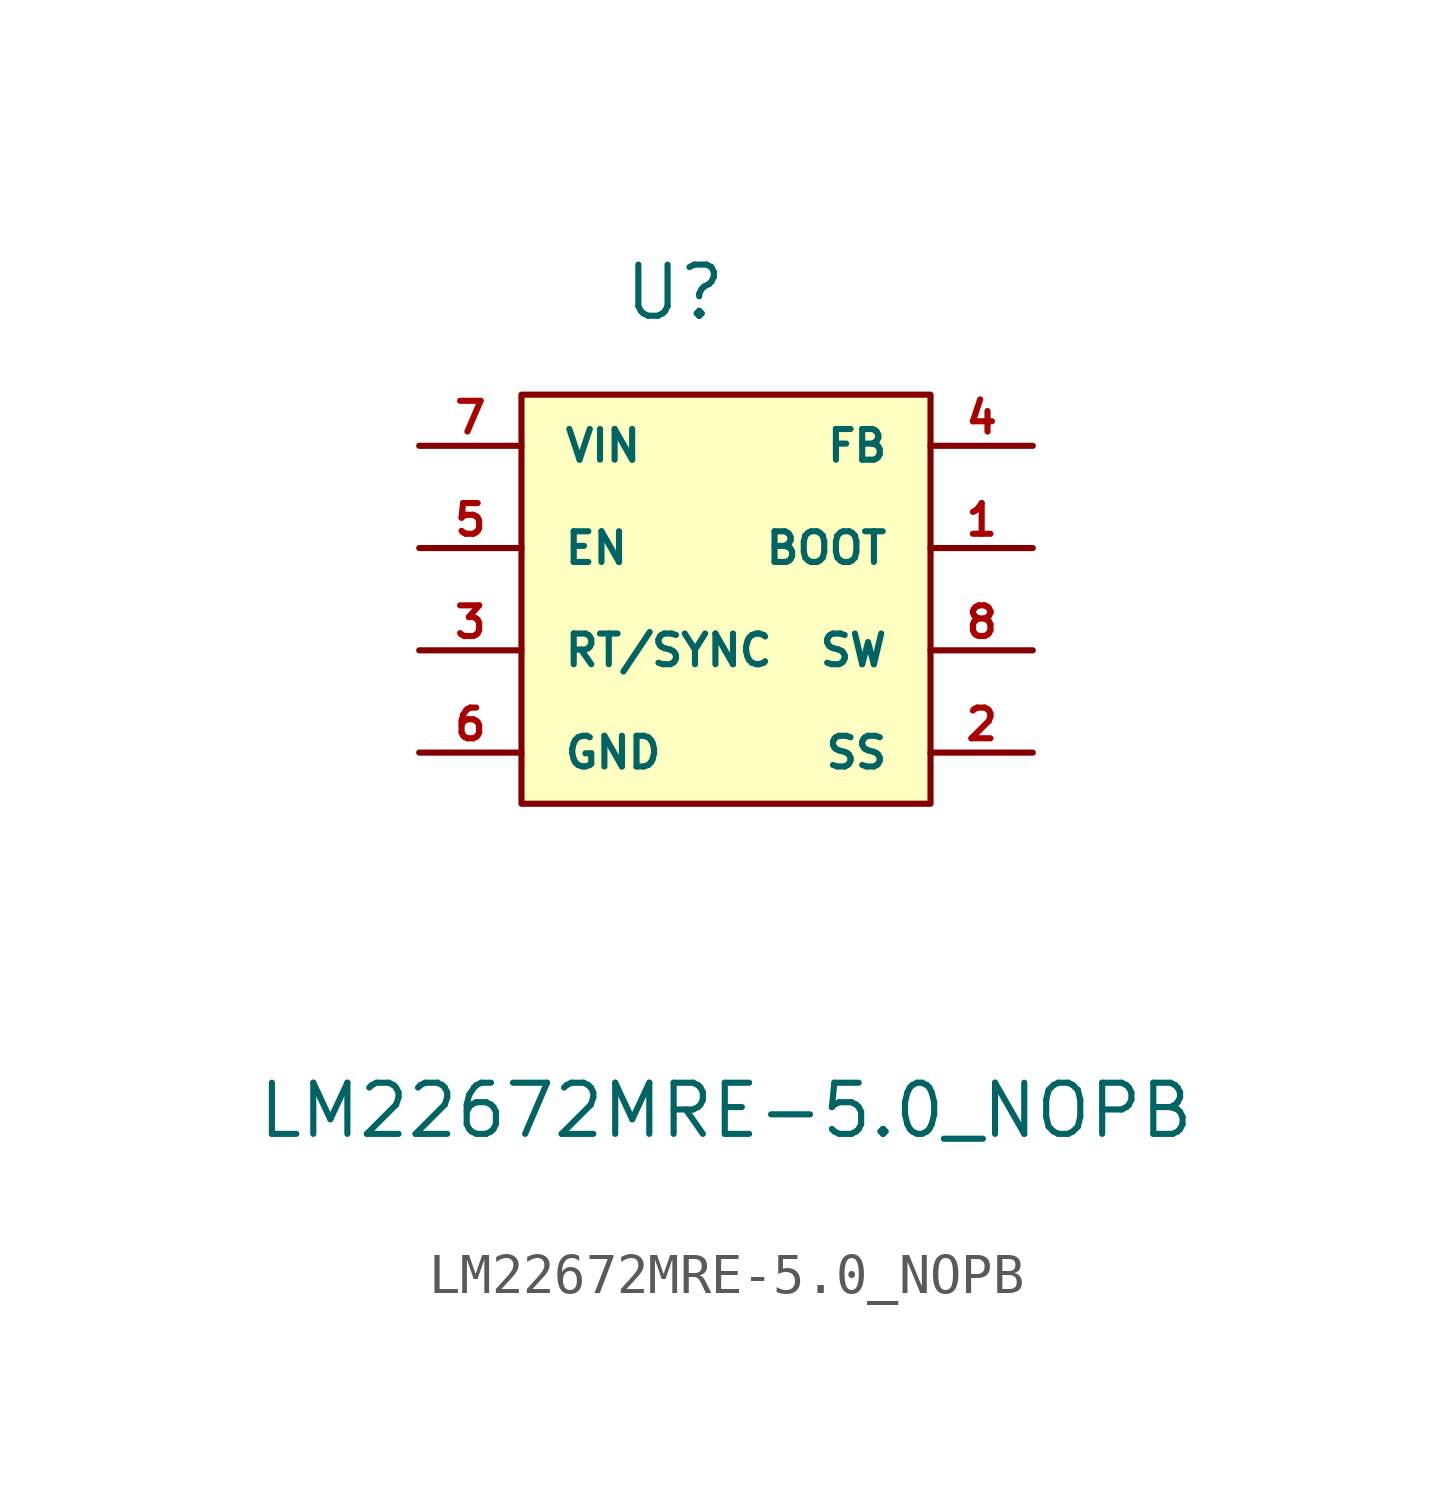
<source format=kicad_sym>
(kicad_symbol_lib
  (version 20211014)
  (generator kicad_symbol_editor)
  (symbol "LM22672MRE-5.0_NOPB"
    (pin_names
      (offset 1.016))
    (property "Reference" "U"
      (at -1.27 8.89 0)
      (effects (font (size 1.27 1.27))))
    (property "Value" "LM22672MRE-5.0_NOPB"
      (at 0 -11.43 0)
      (effects (font (size 1.27 1.27))))
    (symbol "LM22672MRE-5.0_NOPB_0_1"
      (rectangle (start -5.08 6.35) (end 5.08 -3.81) (stroke (width 0) (type default) (color 0 0 0 0)) (fill (type background))))
    (symbol "LM22672MRE-5.0_NOPB_1_1"
      (pin input line (at 7.62 2.54 180) (length 2.54) (name "BOOT" (effects (font (size 0.762 0.762)))) (number "1" (effects (font (size 0.762 0.762)))))
      (pin input line (at 7.62 -2.54 180) (length 2.54) (name "SS" (effects (font (size 0.762 0.762)))) (number "2" (effects (font (size 0.762 0.762)))))
      (pin passive line (at -7.62 0 0) (length 2.54) (name "RT/SYNC" (effects (font (size 0.762 0.762)))) (number "3" (effects (font (size 0.762 0.762)))))
      (pin input line (at 7.62 5.08 180) (length 2.54) (name "FB" (effects (font (size 0.762 0.762)))) (number "4" (effects (font (size 0.762 0.762)))))
      (pin input line (at -7.62 2.54 0) (length 2.54) (name "EN" (effects (font (size 0.762 0.762)))) (number "5" (effects (font (size 0.762 0.762)))))
      (pin input line (at -7.62 -2.54 0) (length 2.54) (name "GND" (effects (font (size 0.762 0.762)))) (number "6" (effects (font (size 0.762 0.762)))))
      (pin input line (at -7.62 5.08 0) (length 2.54) (name "VIN" (effects (font (size 0.762 0.762)))) (number "7" (effects (font (size 0.762 0.762)))))
      (pin output line (at 7.62 0 180) (length 2.54) (name "SW" (effects (font (size 0.762 0.762)))) (number "8" (effects (font (size 0.762 0.762))))))))
</source>
